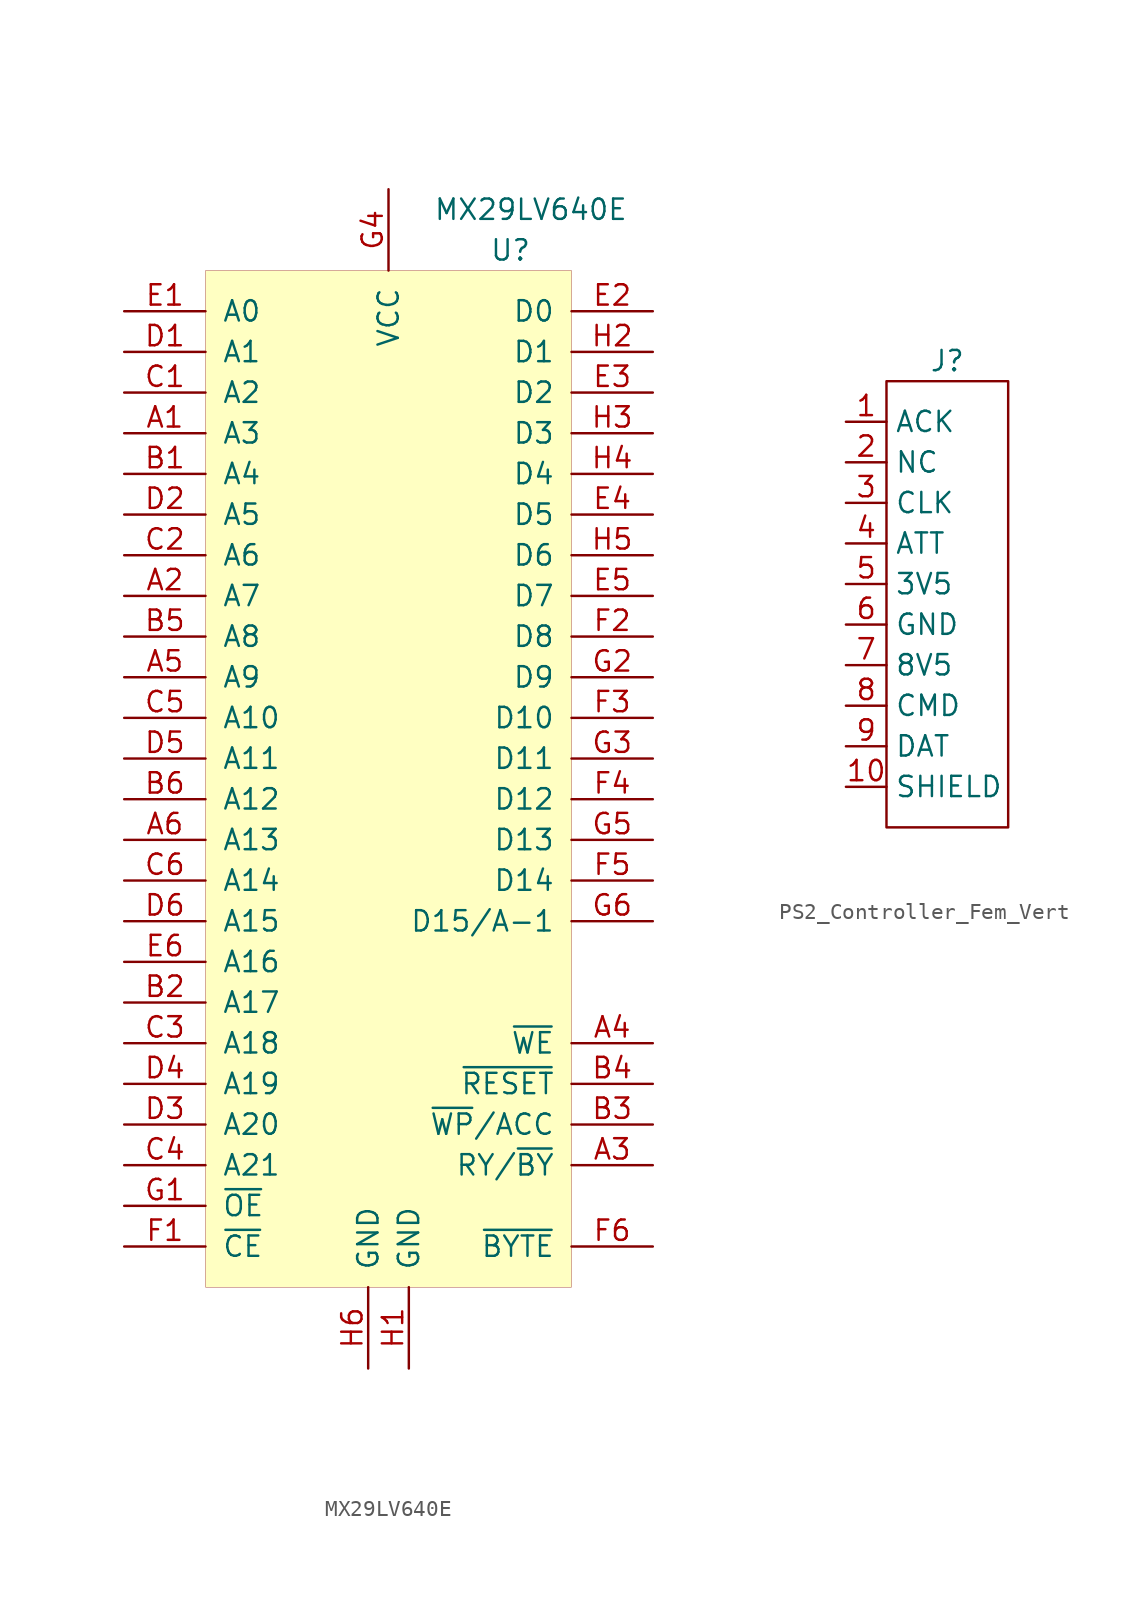
<source format=kicad_sym>
(kicad_symbol_lib
  (version 20220914)
  (generator kicad_symbol_editor)
  (symbol "MX29LV640E"
    (pin_names
      (offset 1.016))
    (property "Reference" "U"
      (at 24.13 3.81 0)
      (effects (font (size 1.27 1.27))))
    (property "Value" "MX29LV640E"
      (at 25.4 6.35 0)
      (effects (font (size 1.27 1.27))))
    (symbol "MX29LV640E_0_0"
      (pin passive line (at 0 -7.62 0) (length 5.08) (name "A3" (effects (font (size 1.27 1.27)))) (number "A1" (effects (font (size 1.27 1.27)))))
      (pin passive line (at 0 -17.78 0) (length 5.08) (name "A7" (effects (font (size 1.27 1.27)))) (number "A2" (effects (font (size 1.27 1.27)))))
      (pin passive line (at 33.02 -53.34 180) (length 5.08) (name "RY/~{BY}" (effects (font (size 1.27 1.27)))) (number "A3" (effects (font (size 1.27 1.27)))))
      (pin passive line (at 33.02 -45.72 180) (length 5.08) (name "~{WE}" (effects (font (size 1.27 1.27)))) (number "A4" (effects (font (size 1.27 1.27)))))
      (pin passive line (at 0 -22.86 0) (length 5.08) (name "A9" (effects (font (size 1.27 1.27)))) (number "A5" (effects (font (size 1.27 1.27)))))
      (pin passive line (at 0 -33.02 0) (length 5.08) (name "A13" (effects (font (size 1.27 1.27)))) (number "A6" (effects (font (size 1.27 1.27)))))
      (pin passive line (at 0 -10.16 0) (length 5.08) (name "A4" (effects (font (size 1.27 1.27)))) (number "B1" (effects (font (size 1.27 1.27)))))
      (pin passive line (at 0 -43.18 0) (length 5.08) (name "A17" (effects (font (size 1.27 1.27)))) (number "B2" (effects (font (size 1.27 1.27)))))
      (pin passive line (at 33.02 -50.8 180) (length 5.08) (name "~{WP}/ACC" (effects (font (size 1.27 1.27)))) (number "B3" (effects (font (size 1.27 1.27)))))
      (pin passive line (at 33.02 -48.26 180) (length 5.08) (name "~{RESET}" (effects (font (size 1.27 1.27)))) (number "B4" (effects (font (size 1.27 1.27)))))
      (pin passive line (at 0 -20.32 0) (length 5.08) (name "A8" (effects (font (size 1.27 1.27)))) (number "B5" (effects (font (size 1.27 1.27)))))
      (pin passive line (at 0 -30.48 0) (length 5.08) (name "A12" (effects (font (size 1.27 1.27)))) (number "B6" (effects (font (size 1.27 1.27)))))
      (pin passive line (at 0 -5.08 0) (length 5.08) (name "A2" (effects (font (size 1.27 1.27)))) (number "C1" (effects (font (size 1.27 1.27)))))
      (pin passive line (at 0 -15.24 0) (length 5.08) (name "A6" (effects (font (size 1.27 1.27)))) (number "C2" (effects (font (size 1.27 1.27)))))
      (pin passive line (at 0 -45.72 0) (length 5.08) (name "A18" (effects (font (size 1.27 1.27)))) (number "C3" (effects (font (size 1.27 1.27)))))
      (pin passive line (at 0 -53.34 0) (length 5.08) (name "A21" (effects (font (size 1.27 1.27)))) (number "C4" (effects (font (size 1.27 1.27)))))
      (pin passive line (at 0 -25.4 0) (length 5.08) (name "A10" (effects (font (size 1.27 1.27)))) (number "C5" (effects (font (size 1.27 1.27)))))
      (pin passive line (at 0 -35.56 0) (length 5.08) (name "A14" (effects (font (size 1.27 1.27)))) (number "C6" (effects (font (size 1.27 1.27)))))
      (pin passive line (at 0 -2.54 0) (length 5.08) (name "A1" (effects (font (size 1.27 1.27)))) (number "D1" (effects (font (size 1.27 1.27)))))
      (pin passive line (at 0 -12.7 0) (length 5.08) (name "A5" (effects (font (size 1.27 1.27)))) (number "D2" (effects (font (size 1.27 1.27)))))
      (pin passive line (at 0 -50.8 0) (length 5.08) (name "A20" (effects (font (size 1.27 1.27)))) (number "D3" (effects (font (size 1.27 1.27)))))
      (pin passive line (at 0 -48.26 0) (length 5.08) (name "A19" (effects (font (size 1.27 1.27)))) (number "D4" (effects (font (size 1.27 1.27)))))
      (pin passive line (at 0 -27.94 0) (length 5.08) (name "A11" (effects (font (size 1.27 1.27)))) (number "D5" (effects (font (size 1.27 1.27)))))
      (pin passive line (at 0 -38.1 0) (length 5.08) (name "A15" (effects (font (size 1.27 1.27)))) (number "D6" (effects (font (size 1.27 1.27)))))
      (pin passive line (at 0 0 0) (length 5.08) (name "A0" (effects (font (size 1.27 1.27)))) (number "E1" (effects (font (size 1.27 1.27)))))
      (pin passive line (at 33.02 0 180) (length 5.08) (name "D0" (effects (font (size 1.27 1.27)))) (number "E2" (effects (font (size 1.27 1.27)))))
      (pin passive line (at 33.02 -5.08 180) (length 5.08) (name "D2" (effects (font (size 1.27 1.27)))) (number "E3" (effects (font (size 1.27 1.27)))))
      (pin passive line (at 33.02 -12.7 180) (length 5.08) (name "D5" (effects (font (size 1.27 1.27)))) (number "E4" (effects (font (size 1.27 1.27)))))
      (pin passive line (at 33.02 -17.78 180) (length 5.08) (name "D7" (effects (font (size 1.27 1.27)))) (number "E5" (effects (font (size 1.27 1.27)))))
      (pin passive line (at 0 -40.64 0) (length 5.08) (name "A16" (effects (font (size 1.27 1.27)))) (number "E6" (effects (font (size 1.27 1.27)))))
      (pin passive line (at 0 -58.42 0) (length 5.08) (name "~{CE}" (effects (font (size 1.27 1.27)))) (number "F1" (effects (font (size 1.27 1.27)))))
      (pin passive line (at 33.02 -20.32 180) (length 5.08) (name "D8" (effects (font (size 1.27 1.27)))) (number "F2" (effects (font (size 1.27 1.27)))))
      (pin passive line (at 33.02 -25.4 180) (length 5.08) (name "D10" (effects (font (size 1.27 1.27)))) (number "F3" (effects (font (size 1.27 1.27)))))
      (pin passive line (at 33.02 -30.48 180) (length 5.08) (name "D12" (effects (font (size 1.27 1.27)))) (number "F4" (effects (font (size 1.27 1.27)))))
      (pin passive line (at 33.02 -35.56 180) (length 5.08) (name "D14" (effects (font (size 1.27 1.27)))) (number "F5" (effects (font (size 1.27 1.27)))))
      (pin passive line (at 0 -55.88 0) (length 5.08) (name "~{OE}" (effects (font (size 1.27 1.27)))) (number "G1" (effects (font (size 1.27 1.27)))))
      (pin passive line (at 33.02 -22.86 180) (length 5.08) (name "D9" (effects (font (size 1.27 1.27)))) (number "G2" (effects (font (size 1.27 1.27)))))
      (pin passive line (at 33.02 -27.94 180) (length 5.08) (name "D11" (effects (font (size 1.27 1.27)))) (number "G3" (effects (font (size 1.27 1.27)))))
      (pin passive line (at 16.51 7.62 270) (length 5.08) (name "VCC" (effects (font (size 1.27 1.27)))) (number "G4" (effects (font (size 1.27 1.27)))))
      (pin passive line (at 33.02 -33.02 180) (length 5.08) (name "D13" (effects (font (size 1.27 1.27)))) (number "G5" (effects (font (size 1.27 1.27)))))
      (pin passive line (at 17.78 -66.04 90) (length 5.08) (name "GND" (effects (font (size 1.27 1.27)))) (number "H1" (effects (font (size 1.27 1.27)))))
      (pin passive line (at 33.02 -2.54 180) (length 5.08) (name "D1" (effects (font (size 1.27 1.27)))) (number "H2" (effects (font (size 1.27 1.27)))))
      (pin passive line (at 33.02 -7.62 180) (length 5.08) (name "D3" (effects (font (size 1.27 1.27)))) (number "H3" (effects (font (size 1.27 1.27)))))
      (pin passive line (at 33.02 -10.16 180) (length 5.08) (name "D4" (effects (font (size 1.27 1.27)))) (number "H4" (effects (font (size 1.27 1.27)))))
      (pin passive line (at 33.02 -15.24 180) (length 5.08) (name "D6" (effects (font (size 1.27 1.27)))) (number "H5" (effects (font (size 1.27 1.27)))))
      (pin passive line (at 15.24 -66.04 90) (length 5.08) (name "GND" (effects (font (size 1.27 1.27)))) (number "H6" (effects (font (size 1.27 1.27))))))
    (symbol "MX29LV640E_0_1"
      (rectangle (start 5.08 2.54) (end 27.94 -60.96) (stroke (width 0.001) (type default)) (fill (type background))))
    (symbol "MX29LV640E_1_0"
      (pin passive line (at 33.02 -58.42 180) (length 5.08) (name "~{BYTE}" (effects (font (size 1.27 1.27)))) (number "F6" (effects (font (size 1.27 1.27)))))
      (pin passive line (at 33.02 -38.1 180) (length 5.08) (name "D15/A-1" (effects (font (size 1.27 1.27)))) (number "G6" (effects (font (size 1.27 1.27)))))))
  (symbol "PS2_Controller_Fem_Vert"
    (property "Reference" "J"
      (at 3.81 1.27 0)
      (effects (font (size 1.27 1.27))))
    (property "Value" ""
      (at 0 15.24 0)
      (effects (font (size 1.27 1.27))))
    (symbol "PS2_Controller_Fem_Vert_0_1"
      (rectangle (start 0 0) (end 7.62 -27.94) (stroke (width 0) (type default)) (fill (type none))))
    (symbol "PS2_Controller_Fem_Vert_1_1"
      (pin input line (at -2.54 -2.54 0) (length 2.54) (name "ACK" (effects (font (size 1.27 1.27)))) (number "1" (effects (font (size 1.27 1.27)))))
      (pin input line (at -2.54 -25.4 0) (length 2.54) (name "SHIELD" (effects (font (size 1.27 1.27)))) (number "10" (effects (font (size 1.27 1.27)))))
      (pin input line (at -2.54 -5.08 0) (length 2.54) (name "NC" (effects (font (size 1.27 1.27)))) (number "2" (effects (font (size 1.27 1.27)))))
      (pin input line (at -2.54 -7.62 0) (length 2.54) (name "CLK" (effects (font (size 1.27 1.27)))) (number "3" (effects (font (size 1.27 1.27)))))
      (pin input line (at -2.54 -10.16 0) (length 2.54) (name "ATT" (effects (font (size 1.27 1.27)))) (number "4" (effects (font (size 1.27 1.27)))))
      (pin input line (at -2.54 -12.7 0) (length 2.54) (name "3V5" (effects (font (size 1.27 1.27)))) (number "5" (effects (font (size 1.27 1.27)))))
      (pin input line (at -2.54 -15.24 0) (length 2.54) (name "GND" (effects (font (size 1.27 1.27)))) (number "6" (effects (font (size 1.27 1.27)))))
      (pin input line (at -2.54 -17.78 0) (length 2.54) (name "8V5" (effects (font (size 1.27 1.27)))) (number "7" (effects (font (size 1.27 1.27)))))
      (pin input line (at -2.54 -20.32 0) (length 2.54) (name "CMD" (effects (font (size 1.27 1.27)))) (number "8" (effects (font (size 1.27 1.27)))))
      (pin input line (at -2.54 -22.86 0) (length 2.54) (name "DAT" (effects (font (size 1.27 1.27)))) (number "9" (effects (font (size 1.27 1.27))))))))
</source>
